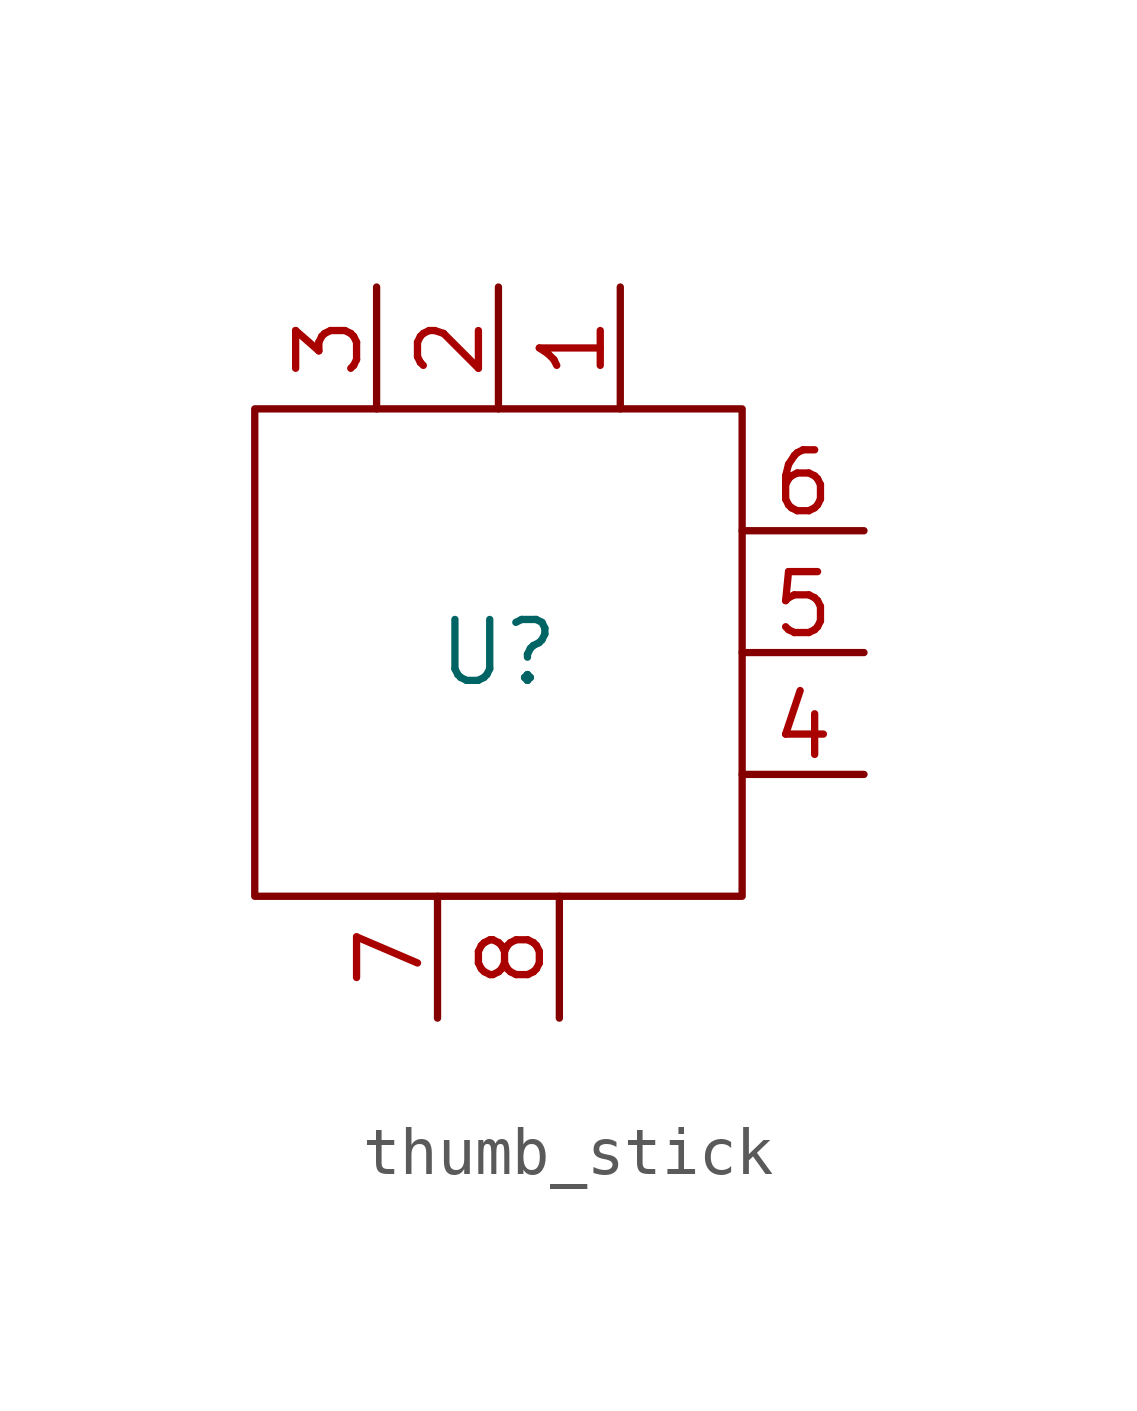
<source format=kicad_sym>
(kicad_symbol_lib
  (version 20231120)
  (generator "kicad_symbol_editor")
  (generator_version "8.0")
  (symbol "thumb_stick"
    (property "Reference" "U"
      (at 0 0 0)
      (effects (font (size 1.27 1.27))))
    (property "Value" ""
      (at 0 0 0)
      (effects (font (size 1.27 1.27))))
    (symbol "thumb_stick_0_1"
      (rectangle (start -5.08 5.08) (end 5.08 -5.08) (stroke (width 0) (type default)) (fill (type none))))
    (symbol "thumb_stick_1_1"
      (pin passive line (at 2.54 7.62 270) (length 2.54) (name "" (effects (font (size 1.27 1.27)))) (number "1" (effects (font (size 1.27 1.27)))))
      (pin passive line (at 0 7.62 270) (length 2.54) (name "" (effects (font (size 1.27 1.27)))) (number "2" (effects (font (size 1.27 1.27)))))
      (pin passive line (at -2.54 7.62 270) (length 2.54) (name "" (effects (font (size 1.27 1.27)))) (number "3" (effects (font (size 1.27 1.27)))))
      (pin passive line (at 7.62 -2.54 180) (length 2.54) (name "" (effects (font (size 1.27 1.27)))) (number "4" (effects (font (size 1.27 1.27)))))
      (pin passive line (at 7.62 0 180) (length 2.54) (name "" (effects (font (size 1.27 1.27)))) (number "5" (effects (font (size 1.27 1.27)))))
      (pin passive line (at 7.62 2.54 180) (length 2.54) (name "" (effects (font (size 1.27 1.27)))) (number "6" (effects (font (size 1.27 1.27)))))
      (pin passive line (at -1.27 -7.62 90) (length 2.54) (name "" (effects (font (size 1.27 1.27)))) (number "7" (effects (font (size 1.27 1.27)))))
      (pin passive line (at 1.27 -7.62 90) (length 2.54) (name "" (effects (font (size 1.27 1.27)))) (number "8" (effects (font (size 1.27 1.27))))))))
</source>
